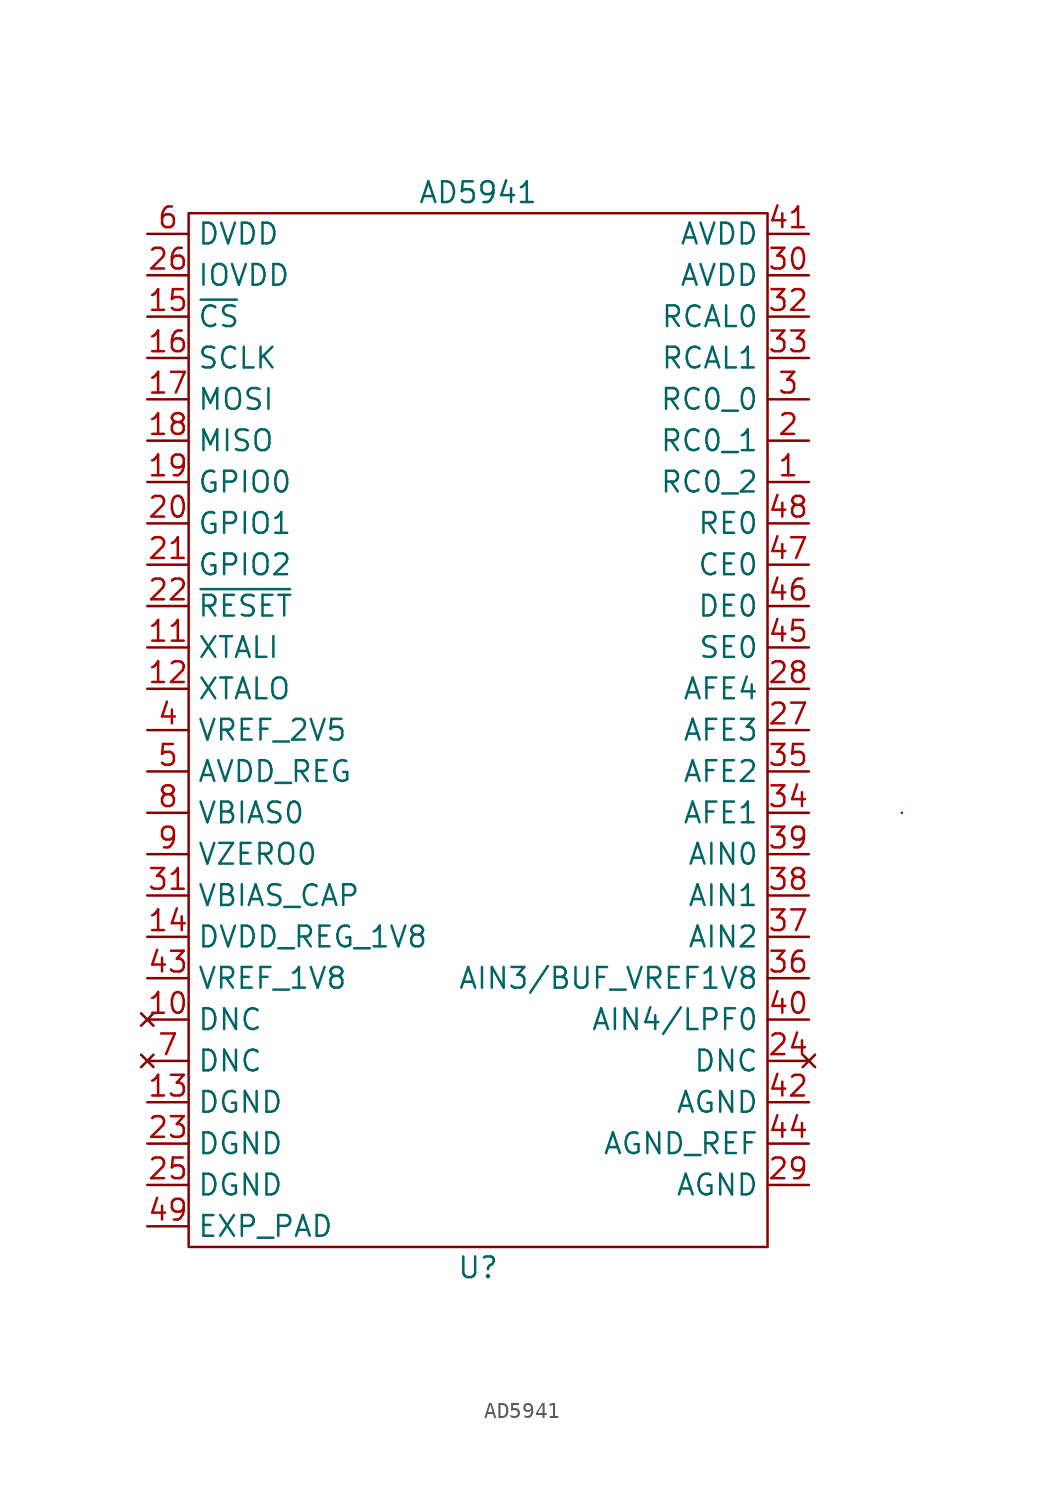
<source format=kicad_sym>
(kicad_symbol_lib
  (version 20211014)
  (generator kicad_symbol_editor)
  (symbol "AD5941"
    (property "Reference" "U"
      (at 0 -34.29 0)
      (effects (font (size 1.27 1.27))))
    (property "Value" "AD5941"
      (at 0 31.75 0)
      (effects (font (size 1.27 1.27))))
    (symbol "AD5941_0_1"
      (rectangle (start -17.78 30.48) (end 17.78 -33.02) (stroke (width 0) (type default) (color 0 0 0 0)) (fill (type none)))
      (rectangle (start 26.035 -6.35) (end 26.035 -6.35) (stroke (width 0) (type default) (color 0 0 0 0)) (fill (type none))))
    (symbol "AD5941_1_1"
      (pin input line (at 20.32 13.97 180) (length 2.54) (name "RC0_2" (effects (font (size 1.27 1.27)))) (number "1" (effects (font (size 1.27 1.27)))))
      (pin no_connect line (at -20.32 -19.05 0) (length 2.54) (name "DNC" (effects (font (size 1.27 1.27)))) (number "10" (effects (font (size 1.27 1.27)))))
      (pin input line (at -20.32 3.81 0) (length 2.54) (name "XTALI" (effects (font (size 1.27 1.27)))) (number "11" (effects (font (size 1.27 1.27)))))
      (pin input line (at -20.32 1.27 0) (length 2.54) (name "XTALO" (effects (font (size 1.27 1.27)))) (number "12" (effects (font (size 1.27 1.27)))))
      (pin input line (at -20.32 -24.13 0) (length 2.54) (name "DGND" (effects (font (size 1.27 1.27)))) (number "13" (effects (font (size 1.27 1.27)))))
      (pin input line (at -20.32 -13.97 0) (length 2.54) (name "DVDD_REG_1V8" (effects (font (size 1.27 1.27)))) (number "14" (effects (font (size 1.27 1.27)))))
      (pin input line (at -20.32 24.13 0) (length 2.54) (name "~{CS}" (effects (font (size 1.27 1.27)))) (number "15" (effects (font (size 1.27 1.27)))))
      (pin input line (at -20.32 21.59 0) (length 2.54) (name "SCLK" (effects (font (size 1.27 1.27)))) (number "16" (effects (font (size 1.27 1.27)))))
      (pin input line (at -20.32 19.05 0) (length 2.54) (name "MOSI" (effects (font (size 1.27 1.27)))) (number "17" (effects (font (size 1.27 1.27)))))
      (pin input line (at -20.32 16.51 0) (length 2.54) (name "MISO" (effects (font (size 1.27 1.27)))) (number "18" (effects (font (size 1.27 1.27)))))
      (pin input line (at -20.32 13.97 0) (length 2.54) (name "GPIO0" (effects (font (size 1.27 1.27)))) (number "19" (effects (font (size 1.27 1.27)))))
      (pin input line (at 20.32 16.51 180) (length 2.54) (name "RC0_1" (effects (font (size 1.27 1.27)))) (number "2" (effects (font (size 1.27 1.27)))))
      (pin input line (at -20.32 11.43 0) (length 2.54) (name "GPIO1" (effects (font (size 1.27 1.27)))) (number "20" (effects (font (size 1.27 1.27)))))
      (pin input line (at -20.32 8.89 0) (length 2.54) (name "GPIO2" (effects (font (size 1.27 1.27)))) (number "21" (effects (font (size 1.27 1.27)))))
      (pin input line (at -20.32 6.35 0) (length 2.54) (name "~{RESET}" (effects (font (size 1.27 1.27)))) (number "22" (effects (font (size 1.27 1.27)))))
      (pin input line (at -20.32 -26.67 0) (length 2.54) (name "DGND" (effects (font (size 1.27 1.27)))) (number "23" (effects (font (size 1.27 1.27)))))
      (pin no_connect line (at 20.32 -21.59 180) (length 2.54) (name "DNC" (effects (font (size 1.27 1.27)))) (number "24" (effects (font (size 1.27 1.27)))))
      (pin input line (at -20.32 -29.21 0) (length 2.54) (name "DGND" (effects (font (size 1.27 1.27)))) (number "25" (effects (font (size 1.27 1.27)))))
      (pin input line (at -20.32 26.67 0) (length 2.54) (name "IOVDD" (effects (font (size 1.27 1.27)))) (number "26" (effects (font (size 1.27 1.27)))))
      (pin input line (at 20.32 -1.27 180) (length 2.54) (name "AFE3" (effects (font (size 1.27 1.27)))) (number "27" (effects (font (size 1.27 1.27)))))
      (pin input line (at 20.32 1.27 180) (length 2.54) (name "AFE4" (effects (font (size 1.27 1.27)))) (number "28" (effects (font (size 1.27 1.27)))))
      (pin input line (at 20.32 -29.21 180) (length 2.54) (name "AGND" (effects (font (size 1.27 1.27)))) (number "29" (effects (font (size 1.27 1.27)))))
      (pin input line (at 20.32 19.05 180) (length 2.54) (name "RC0_0" (effects (font (size 1.27 1.27)))) (number "3" (effects (font (size 1.27 1.27)))))
      (pin input line (at 20.32 26.67 180) (length 2.54) (name "AVDD" (effects (font (size 1.27 1.27)))) (number "30" (effects (font (size 1.27 1.27)))))
      (pin input line (at -20.32 -11.43 0) (length 2.54) (name "VBIAS_CAP" (effects (font (size 1.27 1.27)))) (number "31" (effects (font (size 1.27 1.27)))))
      (pin input line (at 20.32 24.13 180) (length 2.54) (name "RCAL0" (effects (font (size 1.27 1.27)))) (number "32" (effects (font (size 1.27 1.27)))))
      (pin input line (at 20.32 21.59 180) (length 2.54) (name "RCAL1" (effects (font (size 1.27 1.27)))) (number "33" (effects (font (size 1.27 1.27)))))
      (pin input line (at 20.32 -6.35 180) (length 2.54) (name "AFE1" (effects (font (size 1.27 1.27)))) (number "34" (effects (font (size 1.27 1.27)))))
      (pin input line (at 20.32 -3.81 180) (length 2.54) (name "AFE2" (effects (font (size 1.27 1.27)))) (number "35" (effects (font (size 1.27 1.27)))))
      (pin input line (at 20.32 -16.51 180) (length 2.54) (name "AIN3/BUF_VREF1V8" (effects (font (size 1.27 1.27)))) (number "36" (effects (font (size 1.27 1.27)))))
      (pin input line (at 20.32 -13.97 180) (length 2.54) (name "AIN2" (effects (font (size 1.27 1.27)))) (number "37" (effects (font (size 1.27 1.27)))))
      (pin input line (at 20.32 -11.43 180) (length 2.54) (name "AIN1" (effects (font (size 1.27 1.27)))) (number "38" (effects (font (size 1.27 1.27)))))
      (pin input line (at 20.32 -8.89 180) (length 2.54) (name "AIN0" (effects (font (size 1.27 1.27)))) (number "39" (effects (font (size 1.27 1.27)))))
      (pin input line (at -20.32 -1.27 0) (length 2.54) (name "VREF_2V5" (effects (font (size 1.27 1.27)))) (number "4" (effects (font (size 1.27 1.27)))))
      (pin input line (at 20.32 -19.05 180) (length 2.54) (name "AIN4/LPF0" (effects (font (size 1.27 1.27)))) (number "40" (effects (font (size 1.27 1.27)))))
      (pin input line (at 20.32 29.21 180) (length 2.54) (name "AVDD" (effects (font (size 1.27 1.27)))) (number "41" (effects (font (size 1.27 1.27)))))
      (pin input line (at 20.32 -24.13 180) (length 2.54) (name "AGND" (effects (font (size 1.27 1.27)))) (number "42" (effects (font (size 1.27 1.27)))))
      (pin input line (at -20.32 -16.51 0) (length 2.54) (name "VREF_1V8" (effects (font (size 1.27 1.27)))) (number "43" (effects (font (size 1.27 1.27)))))
      (pin input line (at 20.32 -26.67 180) (length 2.54) (name "AGND_REF" (effects (font (size 1.27 1.27)))) (number "44" (effects (font (size 1.27 1.27)))))
      (pin input line (at 20.32 3.81 180) (length 2.54) (name "SE0" (effects (font (size 1.27 1.27)))) (number "45" (effects (font (size 1.27 1.27)))))
      (pin input line (at 20.32 6.35 180) (length 2.54) (name "DE0" (effects (font (size 1.27 1.27)))) (number "46" (effects (font (size 1.27 1.27)))))
      (pin input line (at 20.32 8.89 180) (length 2.54) (name "CE0" (effects (font (size 1.27 1.27)))) (number "47" (effects (font (size 1.27 1.27)))))
      (pin input line (at 20.32 11.43 180) (length 2.54) (name "RE0" (effects (font (size 1.27 1.27)))) (number "48" (effects (font (size 1.27 1.27)))))
      (pin input line (at -20.32 -31.75 0) (length 2.54) (name "EXP_PAD" (effects (font (size 1.27 1.27)))) (number "49" (effects (font (size 1.27 1.27)))))
      (pin input line (at -20.32 -3.81 0) (length 2.54) (name "AVDD_REG" (effects (font (size 1.27 1.27)))) (number "5" (effects (font (size 1.27 1.27)))))
      (pin input line (at -20.32 29.21 0) (length 2.54) (name "DVDD" (effects (font (size 1.27 1.27)))) (number "6" (effects (font (size 1.27 1.27)))))
      (pin no_connect line (at -20.32 -21.59 0) (length 2.54) (name "DNC" (effects (font (size 1.27 1.27)))) (number "7" (effects (font (size 1.27 1.27)))))
      (pin input line (at -20.32 -6.35 0) (length 2.54) (name "VBIAS0" (effects (font (size 1.27 1.27)))) (number "8" (effects (font (size 1.27 1.27)))))
      (pin input line (at -20.32 -8.89 0) (length 2.54) (name "VZERO0" (effects (font (size 1.27 1.27)))) (number "9" (effects (font (size 1.27 1.27))))))))
</source>
